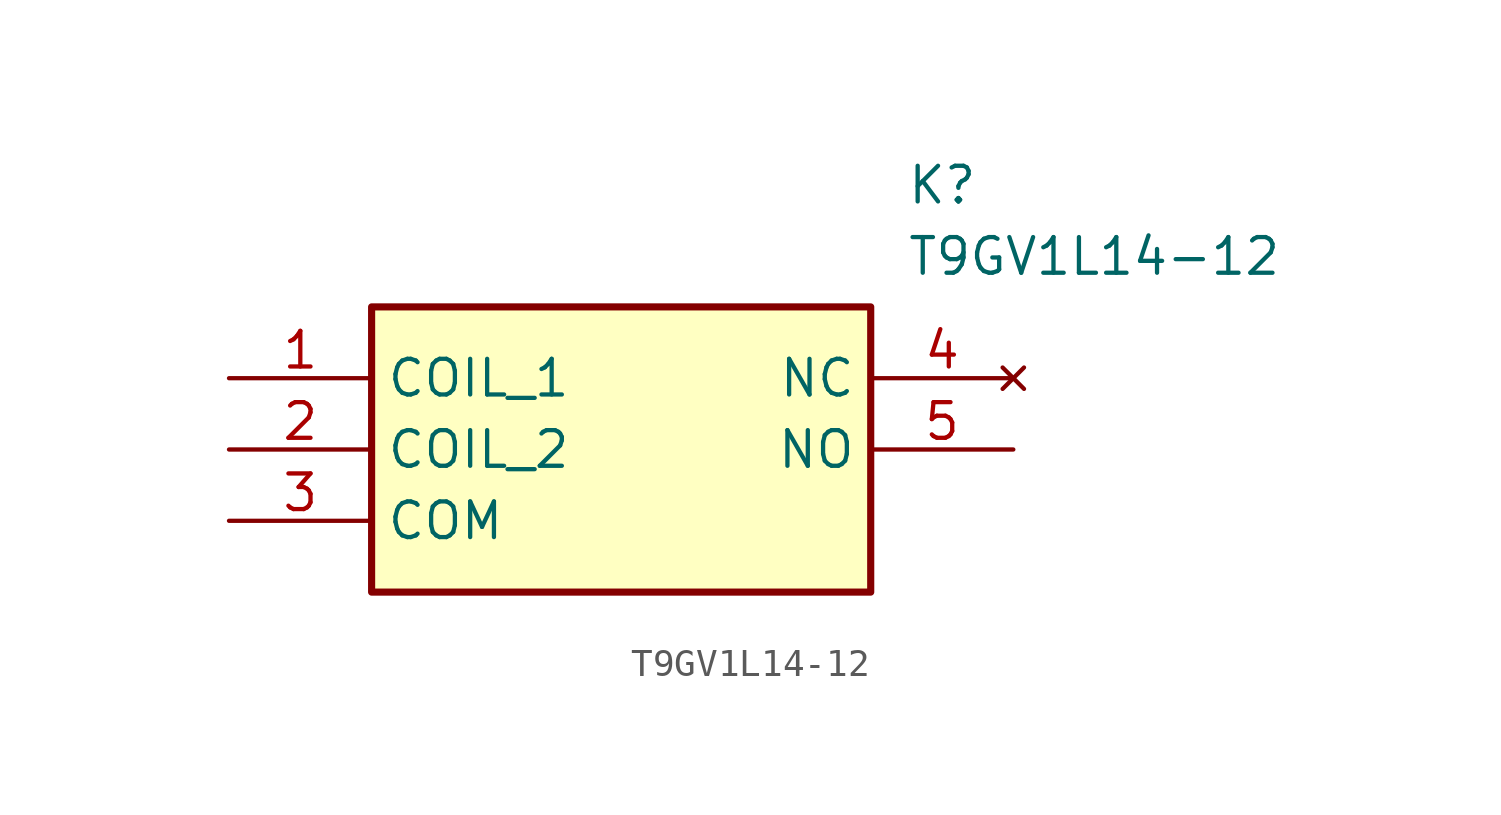
<source format=kicad_sym>
(kicad_symbol_lib
  (version 20211014)
  (generator SamacSys_ECAD_Model)
  (symbol "T9GV1L14-12"
    (property "Reference" "K"
      (at 24.13 7.62 0)
      (effects (font (size 1.27 1.27)) (justify left top)))
    (property "Value" "T9GV1L14-12"
      (at 24.13 5.08 0)
      (effects (font (size 1.27 1.27)) (justify left top)))
    (rectangle
      (start 5.08 2.54)
      (end 22.86 -7.62)
      (stroke (width 0.254) (type default))
      (fill (type background)))
    (pin passive line
      (at 0 0 0)
      (length 5.08)
      (name "COIL_1" (effects (font (size 1.27 1.27))))
      (number "1" (effects (font (size 1.27 1.27)))))
    (pin passive line
      (at 0 -2.54 0)
      (length 5.08)
      (name "COIL_2" (effects (font (size 1.27 1.27))))
      (number "2" (effects (font (size 1.27 1.27)))))
    (pin passive line
      (at 0 -5.08 0)
      (length 5.08)
      (name "COM" (effects (font (size 1.27 1.27))))
      (number "3" (effects (font (size 1.27 1.27)))))
    (pin no_connect line
      (at 27.94 0 180)
      (length 5.08)
      (name "NC" (effects (font (size 1.27 1.27))))
      (number "4" (effects (font (size 1.27 1.27)))))
    (pin passive line
      (at 27.94 -2.54 180)
      (length 5.08)
      (name "NO" (effects (font (size 1.27 1.27))))
      (number "5" (effects (font (size 1.27 1.27)))))))
</source>
